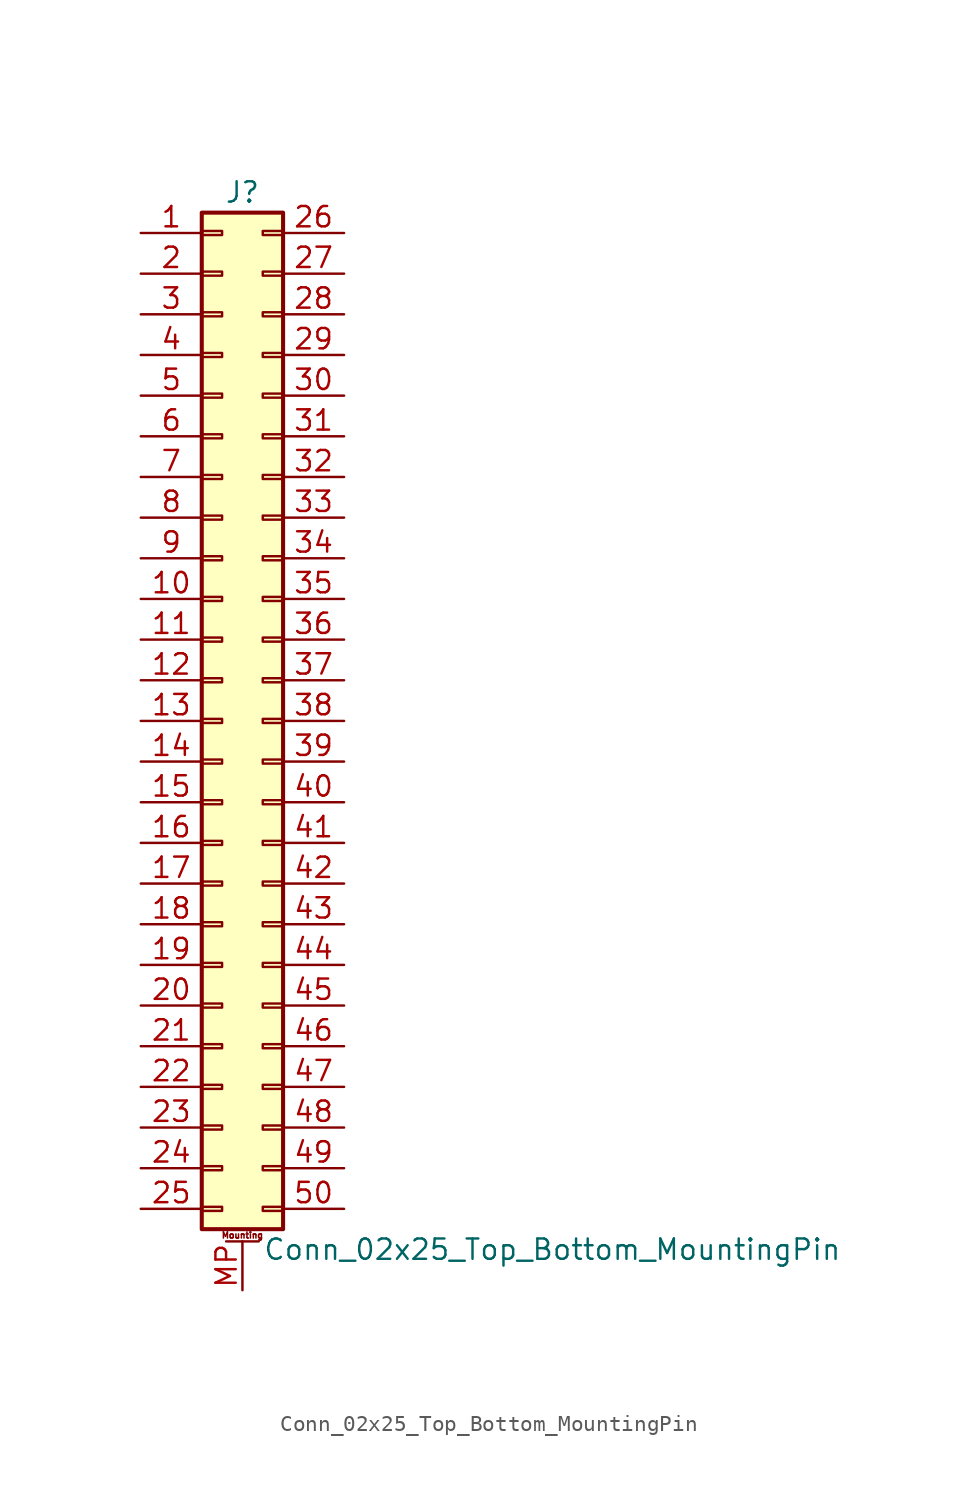
<source format=kicad_sym>
(kicad_symbol_lib
  (version 20211014)
  (generator kicad_symbol_editor)
  (symbol "Conn_02x25_Top_Bottom_MountingPin"
    (pin_names
      (offset 1.016) hide)
    (property "Reference" "J"
      (at 1.27 33.02 0)
      (effects (font (size 1.27 1.27))))
    (property "Value" "Conn_02x25_Top_Bottom_MountingPin"
      (at 2.54 -33.02 0)
      (effects (font (size 1.27 1.27)) (justify left)))
    (symbol "Conn_02x25_Top_Bottom_MountingPin_1_1"
      (rectangle (start -1.27 -30.353) (end 0 -30.607) (stroke (width 0.152) (type default) (color 0 0 0 0)) (fill (type none)))
      (rectangle (start -1.27 -27.813) (end 0 -28.067) (stroke (width 0.152) (type default) (color 0 0 0 0)) (fill (type none)))
      (rectangle (start -1.27 -25.273) (end 0 -25.527) (stroke (width 0.152) (type default) (color 0 0 0 0)) (fill (type none)))
      (rectangle (start -1.27 -22.733) (end 0 -22.987) (stroke (width 0.152) (type default) (color 0 0 0 0)) (fill (type none)))
      (rectangle (start -1.27 -20.193) (end 0 -20.447) (stroke (width 0.152) (type default) (color 0 0 0 0)) (fill (type none)))
      (rectangle (start -1.27 -17.653) (end 0 -17.907) (stroke (width 0.152) (type default) (color 0 0 0 0)) (fill (type none)))
      (rectangle (start -1.27 -15.113) (end 0 -15.367) (stroke (width 0.152) (type default) (color 0 0 0 0)) (fill (type none)))
      (rectangle (start -1.27 -12.573) (end 0 -12.827) (stroke (width 0.152) (type default) (color 0 0 0 0)) (fill (type none)))
      (rectangle (start -1.27 -10.033) (end 0 -10.287) (stroke (width 0.152) (type default) (color 0 0 0 0)) (fill (type none)))
      (rectangle (start -1.27 -7.493) (end 0 -7.747) (stroke (width 0.152) (type default) (color 0 0 0 0)) (fill (type none)))
      (rectangle (start -1.27 -4.953) (end 0 -5.207) (stroke (width 0.152) (type default) (color 0 0 0 0)) (fill (type none)))
      (rectangle (start -1.27 -2.413) (end 0 -2.667) (stroke (width 0.152) (type default) (color 0 0 0 0)) (fill (type none)))
      (rectangle (start -1.27 0.127) (end 0 -0.127) (stroke (width 0.152) (type default) (color 0 0 0 0)) (fill (type none)))
      (rectangle (start -1.27 2.667) (end 0 2.413) (stroke (width 0.152) (type default) (color 0 0 0 0)) (fill (type none)))
      (rectangle (start -1.27 5.207) (end 0 4.953) (stroke (width 0.152) (type default) (color 0 0 0 0)) (fill (type none)))
      (rectangle (start -1.27 7.747) (end 0 7.493) (stroke (width 0.152) (type default) (color 0 0 0 0)) (fill (type none)))
      (rectangle (start -1.27 10.287) (end 0 10.033) (stroke (width 0.152) (type default) (color 0 0 0 0)) (fill (type none)))
      (rectangle (start -1.27 12.827) (end 0 12.573) (stroke (width 0.152) (type default) (color 0 0 0 0)) (fill (type none)))
      (rectangle (start -1.27 15.367) (end 0 15.113) (stroke (width 0.152) (type default) (color 0 0 0 0)) (fill (type none)))
      (rectangle (start -1.27 17.907) (end 0 17.653) (stroke (width 0.152) (type default) (color 0 0 0 0)) (fill (type none)))
      (rectangle (start -1.27 20.447) (end 0 20.193) (stroke (width 0.152) (type default) (color 0 0 0 0)) (fill (type none)))
      (rectangle (start -1.27 22.987) (end 0 22.733) (stroke (width 0.152) (type default) (color 0 0 0 0)) (fill (type none)))
      (rectangle (start -1.27 25.527) (end 0 25.273) (stroke (width 0.152) (type default) (color 0 0 0 0)) (fill (type none)))
      (rectangle (start -1.27 28.067) (end 0 27.813) (stroke (width 0.152) (type default) (color 0 0 0 0)) (fill (type none)))
      (rectangle (start -1.27 30.607) (end 0 30.353) (stroke (width 0.152) (type default) (color 0 0 0 0)) (fill (type none)))
      (rectangle (start -1.27 31.75) (end 3.81 -31.75) (stroke (width 0.254) (type default) (color 0 0 0 0)) (fill (type background)))
      (polyline (pts (xy 0.254 -32.512) (xy 2.286 -32.512)) (stroke (width 0.152) (type default) (color 0 0 0 0)) (fill (type none)))
      (rectangle (start 3.81 -30.353) (end 2.54 -30.607) (stroke (width 0.152) (type default) (color 0 0 0 0)) (fill (type none)))
      (rectangle (start 3.81 -27.813) (end 2.54 -28.067) (stroke (width 0.152) (type default) (color 0 0 0 0)) (fill (type none)))
      (rectangle (start 3.81 -25.273) (end 2.54 -25.527) (stroke (width 0.152) (type default) (color 0 0 0 0)) (fill (type none)))
      (rectangle (start 3.81 -22.733) (end 2.54 -22.987) (stroke (width 0.152) (type default) (color 0 0 0 0)) (fill (type none)))
      (rectangle (start 3.81 -20.193) (end 2.54 -20.447) (stroke (width 0.152) (type default) (color 0 0 0 0)) (fill (type none)))
      (rectangle (start 3.81 -17.653) (end 2.54 -17.907) (stroke (width 0.152) (type default) (color 0 0 0 0)) (fill (type none)))
      (rectangle (start 3.81 -15.113) (end 2.54 -15.367) (stroke (width 0.152) (type default) (color 0 0 0 0)) (fill (type none)))
      (rectangle (start 3.81 -12.573) (end 2.54 -12.827) (stroke (width 0.152) (type default) (color 0 0 0 0)) (fill (type none)))
      (rectangle (start 3.81 -10.033) (end 2.54 -10.287) (stroke (width 0.152) (type default) (color 0 0 0 0)) (fill (type none)))
      (rectangle (start 3.81 -7.493) (end 2.54 -7.747) (stroke (width 0.152) (type default) (color 0 0 0 0)) (fill (type none)))
      (rectangle (start 3.81 -4.953) (end 2.54 -5.207) (stroke (width 0.152) (type default) (color 0 0 0 0)) (fill (type none)))
      (rectangle (start 3.81 -2.413) (end 2.54 -2.667) (stroke (width 0.152) (type default) (color 0 0 0 0)) (fill (type none)))
      (rectangle (start 3.81 0.127) (end 2.54 -0.127) (stroke (width 0.152) (type default) (color 0 0 0 0)) (fill (type none)))
      (rectangle (start 3.81 2.667) (end 2.54 2.413) (stroke (width 0.152) (type default) (color 0 0 0 0)) (fill (type none)))
      (rectangle (start 3.81 5.207) (end 2.54 4.953) (stroke (width 0.152) (type default) (color 0 0 0 0)) (fill (type none)))
      (rectangle (start 3.81 7.747) (end 2.54 7.493) (stroke (width 0.152) (type default) (color 0 0 0 0)) (fill (type none)))
      (rectangle (start 3.81 10.287) (end 2.54 10.033) (stroke (width 0.152) (type default) (color 0 0 0 0)) (fill (type none)))
      (rectangle (start 3.81 12.827) (end 2.54 12.573) (stroke (width 0.152) (type default) (color 0 0 0 0)) (fill (type none)))
      (rectangle (start 3.81 15.367) (end 2.54 15.113) (stroke (width 0.152) (type default) (color 0 0 0 0)) (fill (type none)))
      (rectangle (start 3.81 17.907) (end 2.54 17.653) (stroke (width 0.152) (type default) (color 0 0 0 0)) (fill (type none)))
      (rectangle (start 3.81 20.447) (end 2.54 20.193) (stroke (width 0.152) (type default) (color 0 0 0 0)) (fill (type none)))
      (rectangle (start 3.81 22.987) (end 2.54 22.733) (stroke (width 0.152) (type default) (color 0 0 0 0)) (fill (type none)))
      (rectangle (start 3.81 25.527) (end 2.54 25.273) (stroke (width 0.152) (type default) (color 0 0 0 0)) (fill (type none)))
      (rectangle (start 3.81 28.067) (end 2.54 27.813) (stroke (width 0.152) (type default) (color 0 0 0 0)) (fill (type none)))
      (rectangle (start 3.81 30.607) (end 2.54 30.353) (stroke (width 0.152) (type default) (color 0 0 0 0)) (fill (type none)))
      (text "Mounting" (at 1.27 -32.131 0) (effects (font (size 0.381 0.381))))
      (pin passive line (at -5.08 30.48 0) (length 3.81) (name "Pin_1" (effects (font (size 1.27 1.27)))) (number "1" (effects (font (size 1.27 1.27)))))
      (pin passive line (at -5.08 7.62 0) (length 3.81) (name "Pin_10" (effects (font (size 1.27 1.27)))) (number "10" (effects (font (size 1.27 1.27)))))
      (pin passive line (at -5.08 5.08 0) (length 3.81) (name "Pin_11" (effects (font (size 1.27 1.27)))) (number "11" (effects (font (size 1.27 1.27)))))
      (pin passive line (at -5.08 2.54 0) (length 3.81) (name "Pin_12" (effects (font (size 1.27 1.27)))) (number "12" (effects (font (size 1.27 1.27)))))
      (pin passive line (at -5.08 0 0) (length 3.81) (name "Pin_13" (effects (font (size 1.27 1.27)))) (number "13" (effects (font (size 1.27 1.27)))))
      (pin passive line (at -5.08 -2.54 0) (length 3.81) (name "Pin_14" (effects (font (size 1.27 1.27)))) (number "14" (effects (font (size 1.27 1.27)))))
      (pin passive line (at -5.08 -5.08 0) (length 3.81) (name "Pin_15" (effects (font (size 1.27 1.27)))) (number "15" (effects (font (size 1.27 1.27)))))
      (pin passive line (at -5.08 -7.62 0) (length 3.81) (name "Pin_16" (effects (font (size 1.27 1.27)))) (number "16" (effects (font (size 1.27 1.27)))))
      (pin passive line (at -5.08 -10.16 0) (length 3.81) (name "Pin_17" (effects (font (size 1.27 1.27)))) (number "17" (effects (font (size 1.27 1.27)))))
      (pin passive line (at -5.08 -12.7 0) (length 3.81) (name "Pin_18" (effects (font (size 1.27 1.27)))) (number "18" (effects (font (size 1.27 1.27)))))
      (pin passive line (at -5.08 -15.24 0) (length 3.81) (name "Pin_19" (effects (font (size 1.27 1.27)))) (number "19" (effects (font (size 1.27 1.27)))))
      (pin passive line (at -5.08 27.94 0) (length 3.81) (name "Pin_2" (effects (font (size 1.27 1.27)))) (number "2" (effects (font (size 1.27 1.27)))))
      (pin passive line (at -5.08 -17.78 0) (length 3.81) (name "Pin_20" (effects (font (size 1.27 1.27)))) (number "20" (effects (font (size 1.27 1.27)))))
      (pin passive line (at -5.08 -20.32 0) (length 3.81) (name "Pin_21" (effects (font (size 1.27 1.27)))) (number "21" (effects (font (size 1.27 1.27)))))
      (pin passive line (at -5.08 -22.86 0) (length 3.81) (name "Pin_22" (effects (font (size 1.27 1.27)))) (number "22" (effects (font (size 1.27 1.27)))))
      (pin passive line (at -5.08 -25.4 0) (length 3.81) (name "Pin_23" (effects (font (size 1.27 1.27)))) (number "23" (effects (font (size 1.27 1.27)))))
      (pin passive line (at -5.08 -27.94 0) (length 3.81) (name "Pin_24" (effects (font (size 1.27 1.27)))) (number "24" (effects (font (size 1.27 1.27)))))
      (pin passive line (at -5.08 -30.48 0) (length 3.81) (name "Pin_25" (effects (font (size 1.27 1.27)))) (number "25" (effects (font (size 1.27 1.27)))))
      (pin passive line (at 7.62 30.48 180) (length 3.81) (name "Pin_26" (effects (font (size 1.27 1.27)))) (number "26" (effects (font (size 1.27 1.27)))))
      (pin passive line (at 7.62 27.94 180) (length 3.81) (name "Pin_27" (effects (font (size 1.27 1.27)))) (number "27" (effects (font (size 1.27 1.27)))))
      (pin passive line (at 7.62 25.4 180) (length 3.81) (name "Pin_28" (effects (font (size 1.27 1.27)))) (number "28" (effects (font (size 1.27 1.27)))))
      (pin passive line (at 7.62 22.86 180) (length 3.81) (name "Pin_29" (effects (font (size 1.27 1.27)))) (number "29" (effects (font (size 1.27 1.27)))))
      (pin passive line (at -5.08 25.4 0) (length 3.81) (name "Pin_3" (effects (font (size 1.27 1.27)))) (number "3" (effects (font (size 1.27 1.27)))))
      (pin passive line (at 7.62 20.32 180) (length 3.81) (name "Pin_30" (effects (font (size 1.27 1.27)))) (number "30" (effects (font (size 1.27 1.27)))))
      (pin passive line (at 7.62 17.78 180) (length 3.81) (name "Pin_31" (effects (font (size 1.27 1.27)))) (number "31" (effects (font (size 1.27 1.27)))))
      (pin passive line (at 7.62 15.24 180) (length 3.81) (name "Pin_32" (effects (font (size 1.27 1.27)))) (number "32" (effects (font (size 1.27 1.27)))))
      (pin passive line (at 7.62 12.7 180) (length 3.81) (name "Pin_33" (effects (font (size 1.27 1.27)))) (number "33" (effects (font (size 1.27 1.27)))))
      (pin passive line (at 7.62 10.16 180) (length 3.81) (name "Pin_34" (effects (font (size 1.27 1.27)))) (number "34" (effects (font (size 1.27 1.27)))))
      (pin passive line (at 7.62 7.62 180) (length 3.81) (name "Pin_35" (effects (font (size 1.27 1.27)))) (number "35" (effects (font (size 1.27 1.27)))))
      (pin passive line (at 7.62 5.08 180) (length 3.81) (name "Pin_36" (effects (font (size 1.27 1.27)))) (number "36" (effects (font (size 1.27 1.27)))))
      (pin passive line (at 7.62 2.54 180) (length 3.81) (name "Pin_37" (effects (font (size 1.27 1.27)))) (number "37" (effects (font (size 1.27 1.27)))))
      (pin passive line (at 7.62 0 180) (length 3.81) (name "Pin_38" (effects (font (size 1.27 1.27)))) (number "38" (effects (font (size 1.27 1.27)))))
      (pin passive line (at 7.62 -2.54 180) (length 3.81) (name "Pin_39" (effects (font (size 1.27 1.27)))) (number "39" (effects (font (size 1.27 1.27)))))
      (pin passive line (at -5.08 22.86 0) (length 3.81) (name "Pin_4" (effects (font (size 1.27 1.27)))) (number "4" (effects (font (size 1.27 1.27)))))
      (pin passive line (at 7.62 -5.08 180) (length 3.81) (name "Pin_40" (effects (font (size 1.27 1.27)))) (number "40" (effects (font (size 1.27 1.27)))))
      (pin passive line (at 7.62 -7.62 180) (length 3.81) (name "Pin_41" (effects (font (size 1.27 1.27)))) (number "41" (effects (font (size 1.27 1.27)))))
      (pin passive line (at 7.62 -10.16 180) (length 3.81) (name "Pin_42" (effects (font (size 1.27 1.27)))) (number "42" (effects (font (size 1.27 1.27)))))
      (pin passive line (at 7.62 -12.7 180) (length 3.81) (name "Pin_43" (effects (font (size 1.27 1.27)))) (number "43" (effects (font (size 1.27 1.27)))))
      (pin passive line (at 7.62 -15.24 180) (length 3.81) (name "Pin_44" (effects (font (size 1.27 1.27)))) (number "44" (effects (font (size 1.27 1.27)))))
      (pin passive line (at 7.62 -17.78 180) (length 3.81) (name "Pin_45" (effects (font (size 1.27 1.27)))) (number "45" (effects (font (size 1.27 1.27)))))
      (pin passive line (at 7.62 -20.32 180) (length 3.81) (name "Pin_46" (effects (font (size 1.27 1.27)))) (number "46" (effects (font (size 1.27 1.27)))))
      (pin passive line (at 7.62 -22.86 180) (length 3.81) (name "Pin_47" (effects (font (size 1.27 1.27)))) (number "47" (effects (font (size 1.27 1.27)))))
      (pin passive line (at 7.62 -25.4 180) (length 3.81) (name "Pin_48" (effects (font (size 1.27 1.27)))) (number "48" (effects (font (size 1.27 1.27)))))
      (pin passive line (at 7.62 -27.94 180) (length 3.81) (name "Pin_49" (effects (font (size 1.27 1.27)))) (number "49" (effects (font (size 1.27 1.27)))))
      (pin passive line (at -5.08 20.32 0) (length 3.81) (name "Pin_5" (effects (font (size 1.27 1.27)))) (number "5" (effects (font (size 1.27 1.27)))))
      (pin passive line (at 7.62 -30.48 180) (length 3.81) (name "Pin_50" (effects (font (size 1.27 1.27)))) (number "50" (effects (font (size 1.27 1.27)))))
      (pin passive line (at -5.08 17.78 0) (length 3.81) (name "Pin_6" (effects (font (size 1.27 1.27)))) (number "6" (effects (font (size 1.27 1.27)))))
      (pin passive line (at -5.08 15.24 0) (length 3.81) (name "Pin_7" (effects (font (size 1.27 1.27)))) (number "7" (effects (font (size 1.27 1.27)))))
      (pin passive line (at -5.08 12.7 0) (length 3.81) (name "Pin_8" (effects (font (size 1.27 1.27)))) (number "8" (effects (font (size 1.27 1.27)))))
      (pin passive line (at -5.08 10.16 0) (length 3.81) (name "Pin_9" (effects (font (size 1.27 1.27)))) (number "9" (effects (font (size 1.27 1.27)))))
      (pin passive line (at 1.27 -35.56 90) (length 3.048) (name "MountPin" (effects (font (size 1.27 1.27)))) (number "MP" (effects (font (size 1.27 1.27))))))))
</source>
